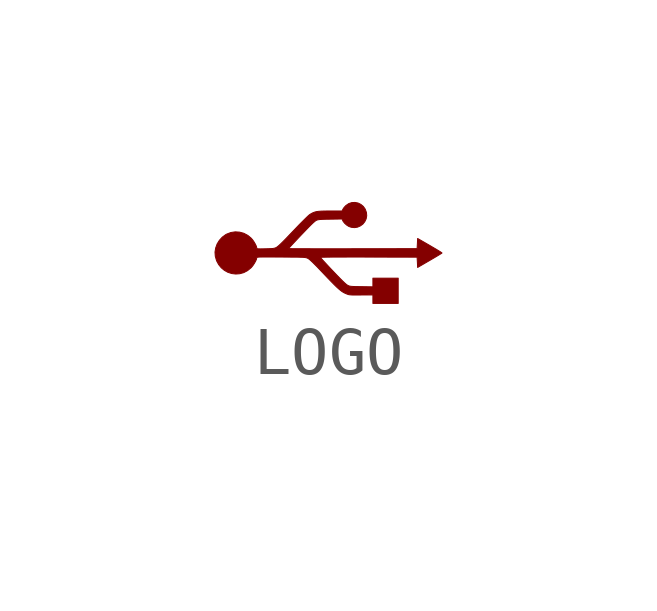
<source format=kicad_sym>
(kicad_symbol_lib
  (version 20210619)
  (generator bitmap2component)
  (symbol "LOGO"
    (pin_names
      (offset 1.016))
    (property "Reference" "#G"
      (at 0 0.565 0)
      (effects (font (size 1.27 1.27)) hide))
    (symbol "LOGO_0_0"
      (polyline (pts (xy 1.453 -0.526) (xy 0.926 -0.526) (xy 0.926 -0.707) (xy 0.687 -0.703) (xy 0.613 -0.702) (xy 0.552 -0.701) (xy 0.507 -0.699) (xy 0.474 -0.697) (xy 0.45 -0.693) (xy 0.431 -0.689) (xy 0.415 -0.682) (xy 0.398 -0.674) (xy 0.393 -0.671) (xy 0.37 -0.654) (xy 0.337 -0.625) (xy 0.293 -0.583) (xy 0.238 -0.528) (xy 0.17 -0.458) (xy 0.09 -0.374) (xy 0.034 -0.315) (xy -0.021 -0.256) (xy -0.07 -0.203) (xy -0.111 -0.159) (xy -0.142 -0.124) (xy -0.162 -0.102) (xy -0.168 -0.092) (xy -0.167 -0.092) (xy -0.149 -0.091) (xy -0.113 -0.09) (xy -0.058 -0.089) (xy 0.013 -0.088) (xy 0.098 -0.087) (xy 0.197 -0.087) (xy 0.307 -0.087) (xy 0.428 -0.086) (xy 0.558 -0.086) (xy 0.696 -0.086) (xy 0.84 -0.087) (xy 1.847 -0.089) (xy 1.853 -0.196) (xy 1.858 -0.303) (xy 2.111 -0.156) (xy 2.118 -0.152) (xy 2.183 -0.114) (xy 2.242 -0.079) (xy 2.292 -0.049) (xy 2.331 -0.025) (xy 2.357 -0.009) (xy 2.366 -0.002) (xy 2.366 -0.001) (xy 2.355 0.007) (xy 2.329 0.025) (xy 2.29 0.049) (xy 2.239 0.08) (xy 2.179 0.115) (xy 2.113 0.154) (xy 1.858 0.301) (xy 1.853 0.195) (xy 1.847 0.089) (xy 0.508 0.087) (xy 0.49 0.087) (xy 0.324 0.086) (xy 0.165 0.086) (xy 0.013 0.086) (xy -0.131 0.086) (xy -0.265 0.086) (xy -0.387 0.087) (xy -0.498 0.087) (xy -0.595 0.087) (xy -0.676 0.088) (xy -0.743 0.088) (xy -0.791 0.089) (xy -0.821 0.09) (xy -0.832 0.09) (xy -0.832 0.09) (xy -0.824 0.1) (xy -0.803 0.123) (xy -0.771 0.158) (xy -0.73 0.202) (xy -0.68 0.255) (xy -0.624 0.315) (xy -0.563 0.379) (xy -0.535 0.408) (xy -0.464 0.482) (xy -0.405 0.543) (xy -0.357 0.591) (xy -0.319 0.627) (xy -0.289 0.653) (xy -0.267 0.671) (xy -0.25 0.68) (xy -0.235 0.686) (xy -0.215 0.691) (xy -0.188 0.695) (xy -0.153 0.698) (xy -0.105 0.7) (xy -0.042 0.702) (xy 0.039 0.703) (xy 0.284 0.707) (xy 0.294 0.681) (xy 0.306 0.657) (xy 0.338 0.617) (xy 0.381 0.579) (xy 0.426 0.551) (xy 0.475 0.534) (xy 0.542 0.527) (xy 0.606 0.537) (xy 0.665 0.563) (xy 0.717 0.601) (xy 0.757 0.651) (xy 0.785 0.709) (xy 0.797 0.775) (xy 0.791 0.845) (xy 0.79 0.846) (xy 0.765 0.914) (xy 0.726 0.969) (xy 0.675 1.011) (xy 0.616 1.04) (xy 0.552 1.052) (xy 0.487 1.049) (xy 0.423 1.028) (xy 0.364 0.988) (xy 0.347 0.971) (xy 0.319 0.939) (xy 0.301 0.911) (xy 0.283 0.874) (xy 0.01 0.874) (xy -0.077 0.873) (xy -0.147 0.871) (xy -0.203 0.867) (xy -0.249 0.861) (xy -0.287 0.851) (xy -0.322 0.838) (xy -0.355 0.821) (xy -0.392 0.799) (xy -0.394 0.797) (xy -0.416 0.779) (xy -0.449 0.748) (xy -0.493 0.705) (xy -0.546 0.652) (xy -0.606 0.592) (xy -0.67 0.525) (xy -0.738 0.454) (xy -0.808 0.381) (xy -0.882 0.303) (xy -0.944 0.24) (xy -0.994 0.191) (xy -1.034 0.154) (xy -1.063 0.13) (xy -1.083 0.116) (xy -1.094 0.11) (xy -1.113 0.102) (xy -1.134 0.097) (xy -1.16 0.092) (xy -1.197 0.09) (xy -1.246 0.088) (xy -1.313 0.086) (xy -1.365 0.085) (xy -1.417 0.084) (xy -1.453 0.085) (xy -1.476 0.086) (xy -1.488 0.09) (xy -1.494 0.095) (xy -1.495 0.102) (xy -1.495 0.108) (xy -1.504 0.141) (xy -1.524 0.183) (xy -1.551 0.229) (xy -1.581 0.273) (xy -1.613 0.309) (xy -1.681 0.365) (xy -1.764 0.409) (xy -1.852 0.433) (xy -1.943 0.439) (xy -2.035 0.425) (xy -2.124 0.391) (xy -2.142 0.381) (xy -2.214 0.328) (xy -2.274 0.262) (xy -2.321 0.186) (xy -2.351 0.103) (xy -2.365 0.017) (xy -2.359 -0.07) (xy -2.358 -0.073) (xy -2.332 -0.164) (xy -2.289 -0.243) (xy -2.234 -0.31) (xy -2.169 -0.364) (xy -2.095 -0.405) (xy -2.015 -0.43) (xy -1.933 -0.44) (xy -1.849 -0.434) (xy -1.766 -0.411) (xy -1.688 -0.37) (xy -1.615 -0.311) (xy -1.608 -0.304) (xy -1.575 -0.264) (xy -1.545 -0.219) (xy -1.519 -0.173) (xy -1.501 -0.133) (xy -1.495 -0.102) (xy -1.495 -0.1) (xy -1.493 -0.096) (xy -1.487 -0.093) (xy -1.476 -0.09) (xy -1.458 -0.088) (xy -1.431 -0.086) (xy -1.394 -0.086) (xy -1.344 -0.085) (xy -1.28 -0.085) (xy -1.201 -0.085) (xy -1.103 -0.086) (xy -0.987 -0.086) (xy -0.985 -0.086) (xy -0.869 -0.087) (xy -0.772 -0.088) (xy -0.692 -0.088) (xy -0.627 -0.089) (xy -0.576 -0.091) (xy -0.536 -0.092) (xy -0.506 -0.094) (xy -0.483 -0.097) (xy -0.466 -0.1) (xy -0.453 -0.104) (xy -0.441 -0.108) (xy -0.429 -0.114) (xy -0.419 -0.12) (xy -0.398 -0.135) (xy -0.371 -0.159) (xy -0.335 -0.192) (xy -0.291 -0.236) (xy -0.235 -0.292) (xy -0.169 -0.362) (xy -0.089 -0.446) (xy -0.01 -0.529) (xy 0.06 -0.601) (xy 0.119 -0.661) (xy 0.169 -0.71) (xy 0.212 -0.749) (xy 0.249 -0.78) (xy 0.282 -0.805) (xy 0.314 -0.825) (xy 0.344 -0.84) (xy 0.376 -0.854) (xy 0.395 -0.861) (xy 0.414 -0.868) (xy 0.435 -0.872) (xy 0.462 -0.875) (xy 0.496 -0.877) (xy 0.542 -0.877) (xy 0.603 -0.877) (xy 0.682 -0.877) (xy 0.926 -0.876) (xy 0.926 -1.053) (xy 1.453 -1.053) (xy 1.453 -0.526)) (stroke (width 0.01)) (fill (type outline))))))
</source>
